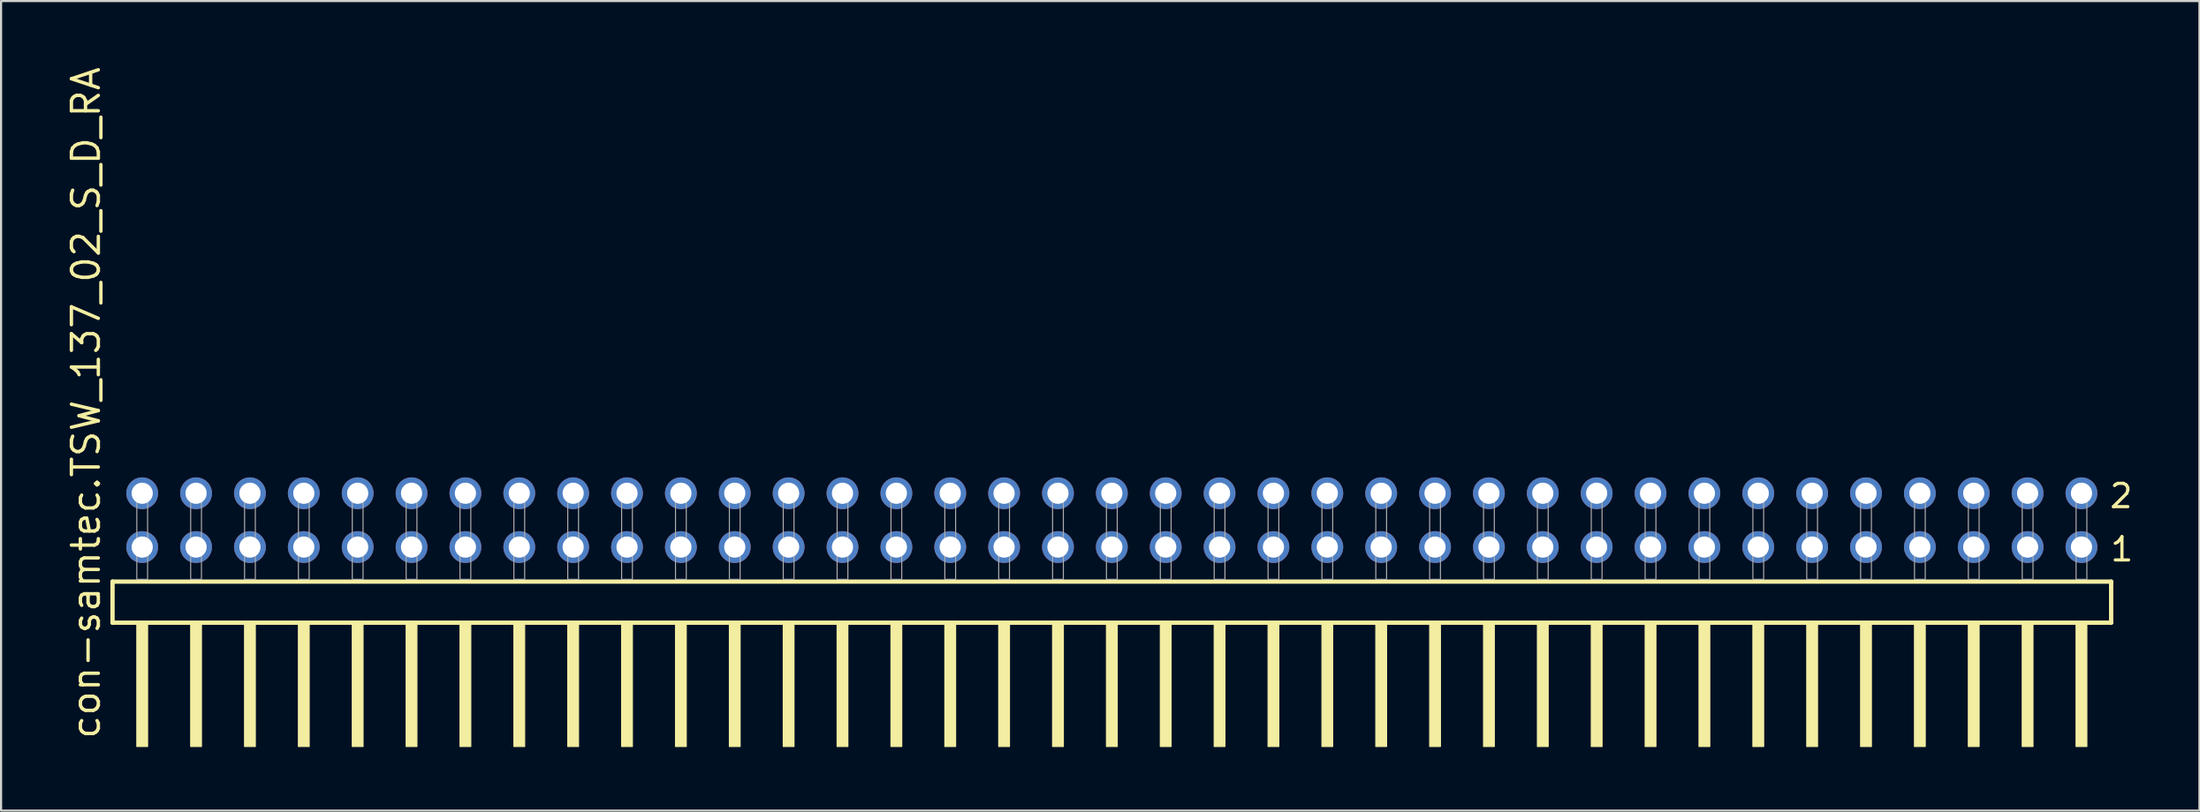
<source format=kicad_pcb>
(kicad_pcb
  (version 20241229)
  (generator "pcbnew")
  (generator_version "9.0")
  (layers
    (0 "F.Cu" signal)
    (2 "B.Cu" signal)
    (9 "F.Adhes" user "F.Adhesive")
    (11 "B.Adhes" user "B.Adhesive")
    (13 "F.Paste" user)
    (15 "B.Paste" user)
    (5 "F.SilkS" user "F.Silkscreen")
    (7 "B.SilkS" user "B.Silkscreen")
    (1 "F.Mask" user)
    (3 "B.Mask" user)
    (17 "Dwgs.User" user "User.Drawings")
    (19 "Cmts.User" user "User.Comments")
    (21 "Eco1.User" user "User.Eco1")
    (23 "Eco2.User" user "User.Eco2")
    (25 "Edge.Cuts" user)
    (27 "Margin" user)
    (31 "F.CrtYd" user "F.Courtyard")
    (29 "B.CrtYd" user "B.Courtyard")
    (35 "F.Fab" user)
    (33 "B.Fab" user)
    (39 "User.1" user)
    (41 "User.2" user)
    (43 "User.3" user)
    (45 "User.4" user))
  (footprint "con-samtec.TSW_137_02_S_D_RA"
    (layer "F.Cu")
    (at 49.375 24.296)
    (property "Reference" "con-samtec.TSW_137_02_S_D_RA" (at -47.625 7.62 90) (layer "F.SilkS") (effects (font (size 1.27 1.27) (thickness 0.16)) (justify left bottom)))
    (attr through_hole)
    (fp_line (start -47.119 0.106) (end -47.119 2.046) (stroke (width 0.203) (type default)) (layer "F.SilkS"))
    (fp_line (start -47.119 2.046) (end 47.119 2.046) (stroke (width 0.203) (type default)) (layer "F.SilkS"))
    (fp_line (start 47.119 0.106) (end -47.119 0.106) (stroke (width 0.203) (type default)) (layer "F.SilkS"))
    (fp_line (start 47.119 2.046) (end 47.119 0.106) (stroke (width 0.203) (type default)) (layer "F.SilkS"))
    (fp_rect (start -45.974 7.89) (end -45.466 2.04) (stroke (width 0.05) (type default)) (fill yes) (layer "F.SilkS"))
    (fp_rect (start -43.434 7.89) (end -42.926 2.04) (stroke (width 0.05) (type default)) (fill yes) (layer "F.SilkS"))
    (fp_rect (start -40.894 7.89) (end -40.386 2.04) (stroke (width 0.05) (type default)) (fill yes) (layer "F.SilkS"))
    (fp_rect (start -38.354 7.89) (end -37.846 2.04) (stroke (width 0.05) (type default)) (fill yes) (layer "F.SilkS"))
    (fp_rect (start -35.814 7.89) (end -35.306 2.04) (stroke (width 0.05) (type default)) (fill yes) (layer "F.SilkS"))
    (fp_rect (start -33.274 7.89) (end -32.766 2.04) (stroke (width 0.05) (type default)) (fill yes) (layer "F.SilkS"))
    (fp_rect (start -30.734 7.89) (end -30.226 2.04) (stroke (width 0.05) (type default)) (fill yes) (layer "F.SilkS"))
    (fp_rect (start -28.194 7.89) (end -27.686 2.04) (stroke (width 0.05) (type default)) (fill yes) (layer "F.SilkS"))
    (fp_rect (start -25.654 7.89) (end -25.146 2.04) (stroke (width 0.05) (type default)) (fill yes) (layer "F.SilkS"))
    (fp_rect (start -23.114 7.89) (end -22.606 2.04) (stroke (width 0.05) (type default)) (fill yes) (layer "F.SilkS"))
    (fp_rect (start -20.574 7.89) (end -20.066 2.04) (stroke (width 0.05) (type default)) (fill yes) (layer "F.SilkS"))
    (fp_rect (start -18.034 7.89) (end -17.526 2.04) (stroke (width 0.05) (type default)) (fill yes) (layer "F.SilkS"))
    (fp_rect (start -15.494 7.89) (end -14.986 2.04) (stroke (width 0.05) (type default)) (fill yes) (layer "F.SilkS"))
    (fp_rect (start -12.954 7.89) (end -12.446 2.04) (stroke (width 0.05) (type default)) (fill yes) (layer "F.SilkS"))
    (fp_rect (start -10.414 7.89) (end -9.906 2.04) (stroke (width 0.05) (type default)) (fill yes) (layer "F.SilkS"))
    (fp_rect (start -7.874 7.89) (end -7.366 2.04) (stroke (width 0.05) (type default)) (fill yes) (layer "F.SilkS"))
    (fp_rect (start -5.334 7.89) (end -4.826 2.04) (stroke (width 0.05) (type default)) (fill yes) (layer "F.SilkS"))
    (fp_rect (start -2.794 7.89) (end -2.286 2.04) (stroke (width 0.05) (type default)) (fill yes) (layer "F.SilkS"))
    (fp_rect (start -0.254 7.89) (end 0.254 2.04) (stroke (width 0.05) (type default)) (fill yes) (layer "F.SilkS"))
    (fp_rect (start 2.286 7.89) (end 2.794 2.04) (stroke (width 0.05) (type default)) (fill yes) (layer "F.SilkS"))
    (fp_rect (start 4.826 7.89) (end 5.334 2.04) (stroke (width 0.05) (type default)) (fill yes) (layer "F.SilkS"))
    (fp_rect (start 7.366 7.89) (end 7.874 2.04) (stroke (width 0.05) (type default)) (fill yes) (layer "F.SilkS"))
    (fp_rect (start 9.906 7.89) (end 10.414 2.04) (stroke (width 0.05) (type default)) (fill yes) (layer "F.SilkS"))
    (fp_rect (start 12.446 7.89) (end 12.954 2.04) (stroke (width 0.05) (type default)) (fill yes) (layer "F.SilkS"))
    (fp_rect (start 14.986 7.89) (end 15.494 2.04) (stroke (width 0.05) (type default)) (fill yes) (layer "F.SilkS"))
    (fp_rect (start 17.526 7.89) (end 18.034 2.04) (stroke (width 0.05) (type default)) (fill yes) (layer "F.SilkS"))
    (fp_rect (start 20.066 7.89) (end 20.574 2.04) (stroke (width 0.05) (type default)) (fill yes) (layer "F.SilkS"))
    (fp_rect (start 22.606 7.89) (end 23.114 2.04) (stroke (width 0.05) (type default)) (fill yes) (layer "F.SilkS"))
    (fp_rect (start 25.146 7.89) (end 25.654 2.04) (stroke (width 0.05) (type default)) (fill yes) (layer "F.SilkS"))
    (fp_rect (start 27.686 7.89) (end 28.194 2.04) (stroke (width 0.05) (type default)) (fill yes) (layer "F.SilkS"))
    (fp_rect (start 30.226 7.89) (end 30.734 2.04) (stroke (width 0.05) (type default)) (fill yes) (layer "F.SilkS"))
    (fp_rect (start 32.766 7.89) (end 33.274 2.04) (stroke (width 0.05) (type default)) (fill yes) (layer "F.SilkS"))
    (fp_rect (start 35.306 7.89) (end 35.814 2.04) (stroke (width 0.05) (type default)) (fill yes) (layer "F.SilkS"))
    (fp_rect (start 37.846 7.89) (end 38.354 2.04) (stroke (width 0.05) (type default)) (fill yes) (layer "F.SilkS"))
    (fp_rect (start 40.386 7.89) (end 40.894 2.04) (stroke (width 0.05) (type default)) (fill yes) (layer "F.SilkS"))
    (fp_rect (start 42.926 7.89) (end 43.434 2.04) (stroke (width 0.05) (type default)) (fill yes) (layer "F.SilkS"))
    (fp_rect (start 45.466 7.89) (end 45.974 2.04) (stroke (width 0.05) (type default)) (fill yes) (layer "F.SilkS"))
    (fp_rect (start -45.974 0) (end -45.466 -4.318) (stroke (width 0.05) (type default)) (fill no) (layer "F.Fab"))
    (fp_rect (start -43.434 0) (end -42.926 -4.318) (stroke (width 0.05) (type default)) (fill no) (layer "F.Fab"))
    (fp_rect (start -40.894 0) (end -40.386 -4.318) (stroke (width 0.05) (type default)) (fill no) (layer "F.Fab"))
    (fp_rect (start -38.354 0) (end -37.846 -4.318) (stroke (width 0.05) (type default)) (fill no) (layer "F.Fab"))
    (fp_rect (start -35.814 0) (end -35.306 -4.318) (stroke (width 0.05) (type default)) (fill no) (layer "F.Fab"))
    (fp_rect (start -33.274 0) (end -32.766 -4.318) (stroke (width 0.05) (type default)) (fill no) (layer "F.Fab"))
    (fp_rect (start -30.734 0) (end -30.226 -4.318) (stroke (width 0.05) (type default)) (fill no) (layer "F.Fab"))
    (fp_rect (start -28.194 0) (end -27.686 -4.318) (stroke (width 0.05) (type default)) (fill no) (layer "F.Fab"))
    (fp_rect (start -25.654 0) (end -25.146 -4.318) (stroke (width 0.05) (type default)) (fill no) (layer "F.Fab"))
    (fp_rect (start -23.114 0) (end -22.606 -4.318) (stroke (width 0.05) (type default)) (fill no) (layer "F.Fab"))
    (fp_rect (start -20.574 0) (end -20.066 -4.318) (stroke (width 0.05) (type default)) (fill no) (layer "F.Fab"))
    (fp_rect (start -18.034 0) (end -17.526 -4.318) (stroke (width 0.05) (type default)) (fill no) (layer "F.Fab"))
    (fp_rect (start -15.494 0) (end -14.986 -4.318) (stroke (width 0.05) (type default)) (fill no) (layer "F.Fab"))
    (fp_rect (start -12.954 0) (end -12.446 -4.318) (stroke (width 0.05) (type default)) (fill no) (layer "F.Fab"))
    (fp_rect (start -10.414 0) (end -9.906 -4.318) (stroke (width 0.05) (type default)) (fill no) (layer "F.Fab"))
    (fp_rect (start -7.874 0) (end -7.366 -4.318) (stroke (width 0.05) (type default)) (fill no) (layer "F.Fab"))
    (fp_rect (start -5.334 0) (end -4.826 -4.318) (stroke (width 0.05) (type default)) (fill no) (layer "F.Fab"))
    (fp_rect (start -2.794 0) (end -2.286 -4.318) (stroke (width 0.05) (type default)) (fill no) (layer "F.Fab"))
    (fp_rect (start -0.254 0) (end 0.254 -4.318) (stroke (width 0.05) (type default)) (fill no) (layer "F.Fab"))
    (fp_rect (start 2.286 0) (end 2.794 -4.318) (stroke (width 0.05) (type default)) (fill no) (layer "F.Fab"))
    (fp_rect (start 4.826 0) (end 5.334 -4.318) (stroke (width 0.05) (type default)) (fill no) (layer "F.Fab"))
    (fp_rect (start 7.366 0) (end 7.874 -4.318) (stroke (width 0.05) (type default)) (fill no) (layer "F.Fab"))
    (fp_rect (start 9.906 0) (end 10.414 -4.318) (stroke (width 0.05) (type default)) (fill no) (layer "F.Fab"))
    (fp_rect (start 12.446 0) (end 12.954 -4.318) (stroke (width 0.05) (type default)) (fill no) (layer "F.Fab"))
    (fp_rect (start 14.986 0) (end 15.494 -4.318) (stroke (width 0.05) (type default)) (fill no) (layer "F.Fab"))
    (fp_rect (start 17.526 0) (end 18.034 -4.318) (stroke (width 0.05) (type default)) (fill no) (layer "F.Fab"))
    (fp_rect (start 20.066 0) (end 20.574 -4.318) (stroke (width 0.05) (type default)) (fill no) (layer "F.Fab"))
    (fp_rect (start 22.606 0) (end 23.114 -4.318) (stroke (width 0.05) (type default)) (fill no) (layer "F.Fab"))
    (fp_rect (start 25.146 0) (end 25.654 -4.318) (stroke (width 0.05) (type default)) (fill no) (layer "F.Fab"))
    (fp_rect (start 27.686 0) (end 28.194 -4.318) (stroke (width 0.05) (type default)) (fill no) (layer "F.Fab"))
    (fp_rect (start 30.226 0) (end 30.734 -4.318) (stroke (width 0.05) (type default)) (fill no) (layer "F.Fab"))
    (fp_rect (start 32.766 0) (end 33.274 -4.318) (stroke (width 0.05) (type default)) (fill no) (layer "F.Fab"))
    (fp_rect (start 35.306 0) (end 35.814 -4.318) (stroke (width 0.05) (type default)) (fill no) (layer "F.Fab"))
    (fp_rect (start 37.846 0) (end 38.354 -4.318) (stroke (width 0.05) (type default)) (fill no) (layer "F.Fab"))
    (fp_rect (start 40.386 0) (end 40.894 -4.318) (stroke (width 0.05) (type default)) (fill no) (layer "F.Fab"))
    (fp_rect (start 42.926 0) (end 43.434 -4.318) (stroke (width 0.05) (type default)) (fill no) (layer "F.Fab"))
    (fp_rect (start 45.466 0) (end 45.974 -4.318) (stroke (width 0.05) (type default)) (fill no) (layer "F.Fab"))
    (fp_text user "1" (at 47.005 -0.775 0) (layer "F.SilkS") (effects (font (size 1.1 1.1) (thickness 0.15)) (justify left bottom)))
    (fp_text user "2" (at 46.97 -3.29 0) (layer "F.SilkS") (effects (font (size 1.1 1.1) (thickness 0.15)) (justify left bottom)))
    (pad "1" thru_hole circle (at 45.72 -1.524 180) (size 1.5 1.5) (drill 1) (layers "*.Cu" "*.Mask"))
    (pad "2" thru_hole circle (at 45.72 -4.064 180) (size 1.5 1.5) (drill 1) (layers "*.Cu" "*.Mask"))
    (pad "3" thru_hole circle (at 43.18 -1.524 180) (size 1.5 1.5) (drill 1) (layers "*.Cu" "*.Mask"))
    (pad "4" thru_hole circle (at 43.18 -4.064 180) (size 1.5 1.5) (drill 1) (layers "*.Cu" "*.Mask"))
    (pad "5" thru_hole circle (at 40.64 -1.524 180) (size 1.5 1.5) (drill 1) (layers "*.Cu" "*.Mask"))
    (pad "6" thru_hole circle (at 40.64 -4.064 180) (size 1.5 1.5) (drill 1) (layers "*.Cu" "*.Mask"))
    (pad "7" thru_hole circle (at 38.1 -1.524 180) (size 1.5 1.5) (drill 1) (layers "*.Cu" "*.Mask"))
    (pad "8" thru_hole circle (at 38.1 -4.064 180) (size 1.5 1.5) (drill 1) (layers "*.Cu" "*.Mask"))
    (pad "9" thru_hole circle (at 35.56 -1.524 180) (size 1.5 1.5) (drill 1) (layers "*.Cu" "*.Mask"))
    (pad "10" thru_hole circle (at 35.56 -4.064 180) (size 1.5 1.5) (drill 1) (layers "*.Cu" "*.Mask"))
    (pad "11" thru_hole circle (at 33.02 -1.524 180) (size 1.5 1.5) (drill 1) (layers "*.Cu" "*.Mask"))
    (pad "12" thru_hole circle (at 33.02 -4.064 180) (size 1.5 1.5) (drill 1) (layers "*.Cu" "*.Mask"))
    (pad "13" thru_hole circle (at 30.48 -1.524 180) (size 1.5 1.5) (drill 1) (layers "*.Cu" "*.Mask"))
    (pad "14" thru_hole circle (at 30.48 -4.064 180) (size 1.5 1.5) (drill 1) (layers "*.Cu" "*.Mask"))
    (pad "15" thru_hole circle (at 27.94 -1.524 180) (size 1.5 1.5) (drill 1) (layers "*.Cu" "*.Mask"))
    (pad "16" thru_hole circle (at 27.94 -4.064 180) (size 1.5 1.5) (drill 1) (layers "*.Cu" "*.Mask"))
    (pad "17" thru_hole circle (at 25.4 -1.524 180) (size 1.5 1.5) (drill 1) (layers "*.Cu" "*.Mask"))
    (pad "18" thru_hole circle (at 25.4 -4.064 180) (size 1.5 1.5) (drill 1) (layers "*.Cu" "*.Mask"))
    (pad "19" thru_hole circle (at 22.86 -1.524 180) (size 1.5 1.5) (drill 1) (layers "*.Cu" "*.Mask"))
    (pad "20" thru_hole circle (at 22.86 -4.064 180) (size 1.5 1.5) (drill 1) (layers "*.Cu" "*.Mask"))
    (pad "21" thru_hole circle (at 20.32 -1.524 180) (size 1.5 1.5) (drill 1) (layers "*.Cu" "*.Mask"))
    (pad "22" thru_hole circle (at 20.32 -4.064 180) (size 1.5 1.5) (drill 1) (layers "*.Cu" "*.Mask"))
    (pad "23" thru_hole circle (at 17.78 -1.524 180) (size 1.5 1.5) (drill 1) (layers "*.Cu" "*.Mask"))
    (pad "24" thru_hole circle (at 17.78 -4.064 180) (size 1.5 1.5) (drill 1) (layers "*.Cu" "*.Mask"))
    (pad "25" thru_hole circle (at 15.24 -1.524 180) (size 1.5 1.5) (drill 1) (layers "*.Cu" "*.Mask"))
    (pad "26" thru_hole circle (at 15.24 -4.064 180) (size 1.5 1.5) (drill 1) (layers "*.Cu" "*.Mask"))
    (pad "27" thru_hole circle (at 12.7 -1.524 180) (size 1.5 1.5) (drill 1) (layers "*.Cu" "*.Mask"))
    (pad "28" thru_hole circle (at 12.7 -4.064 180) (size 1.5 1.5) (drill 1) (layers "*.Cu" "*.Mask"))
    (pad "29" thru_hole circle (at 10.16 -1.524 180) (size 1.5 1.5) (drill 1) (layers "*.Cu" "*.Mask"))
    (pad "30" thru_hole circle (at 10.16 -4.064 180) (size 1.5 1.5) (drill 1) (layers "*.Cu" "*.Mask"))
    (pad "31" thru_hole circle (at 7.62 -1.524 180) (size 1.5 1.5) (drill 1) (layers "*.Cu" "*.Mask"))
    (pad "32" thru_hole circle (at 7.62 -4.064 180) (size 1.5 1.5) (drill 1) (layers "*.Cu" "*.Mask"))
    (pad "33" thru_hole circle (at 5.08 -1.524 180) (size 1.5 1.5) (drill 1) (layers "*.Cu" "*.Mask"))
    (pad "34" thru_hole circle (at 5.08 -4.064 180) (size 1.5 1.5) (drill 1) (layers "*.Cu" "*.Mask"))
    (pad "35" thru_hole circle (at 2.54 -1.524 180) (size 1.5 1.5) (drill 1) (layers "*.Cu" "*.Mask"))
    (pad "36" thru_hole circle (at 2.54 -4.064 180) (size 1.5 1.5) (drill 1) (layers "*.Cu" "*.Mask"))
    (pad "37" thru_hole circle (at 0 -1.524 180) (size 1.5 1.5) (drill 1) (layers "*.Cu" "*.Mask"))
    (pad "38" thru_hole circle (at 0 -4.064 180) (size 1.5 1.5) (drill 1) (layers "*.Cu" "*.Mask"))
    (pad "39" thru_hole circle (at -2.54 -1.524 180) (size 1.5 1.5) (drill 1) (layers "*.Cu" "*.Mask"))
    (pad "40" thru_hole circle (at -2.54 -4.064 180) (size 1.5 1.5) (drill 1) (layers "*.Cu" "*.Mask"))
    (pad "41" thru_hole circle (at -5.08 -1.524 180) (size 1.5 1.5) (drill 1) (layers "*.Cu" "*.Mask"))
    (pad "42" thru_hole circle (at -5.08 -4.064 180) (size 1.5 1.5) (drill 1) (layers "*.Cu" "*.Mask"))
    (pad "43" thru_hole circle (at -7.62 -1.524 180) (size 1.5 1.5) (drill 1) (layers "*.Cu" "*.Mask"))
    (pad "44" thru_hole circle (at -7.62 -4.064 180) (size 1.5 1.5) (drill 1) (layers "*.Cu" "*.Mask"))
    (pad "45" thru_hole circle (at -10.16 -1.524 180) (size 1.5 1.5) (drill 1) (layers "*.Cu" "*.Mask"))
    (pad "46" thru_hole circle (at -10.16 -4.064 180) (size 1.5 1.5) (drill 1) (layers "*.Cu" "*.Mask"))
    (pad "47" thru_hole circle (at -12.7 -1.524 180) (size 1.5 1.5) (drill 1) (layers "*.Cu" "*.Mask"))
    (pad "48" thru_hole circle (at -12.7 -4.064 180) (size 1.5 1.5) (drill 1) (layers "*.Cu" "*.Mask"))
    (pad "49" thru_hole circle (at -15.24 -1.524 180) (size 1.5 1.5) (drill 1) (layers "*.Cu" "*.Mask"))
    (pad "50" thru_hole circle (at -15.24 -4.064 180) (size 1.5 1.5) (drill 1) (layers "*.Cu" "*.Mask"))
    (pad "51" thru_hole circle (at -17.78 -1.524 180) (size 1.5 1.5) (drill 1) (layers "*.Cu" "*.Mask"))
    (pad "52" thru_hole circle (at -17.78 -4.064 180) (size 1.5 1.5) (drill 1) (layers "*.Cu" "*.Mask"))
    (pad "53" thru_hole circle (at -20.32 -1.524 180) (size 1.5 1.5) (drill 1) (layers "*.Cu" "*.Mask"))
    (pad "54" thru_hole circle (at -20.32 -4.064 180) (size 1.5 1.5) (drill 1) (layers "*.Cu" "*.Mask"))
    (pad "55" thru_hole circle (at -22.86 -1.524 180) (size 1.5 1.5) (drill 1) (layers "*.Cu" "*.Mask"))
    (pad "56" thru_hole circle (at -22.86 -4.064 180) (size 1.5 1.5) (drill 1) (layers "*.Cu" "*.Mask"))
    (pad "57" thru_hole circle (at -25.4 -1.524 180) (size 1.5 1.5) (drill 1) (layers "*.Cu" "*.Mask"))
    (pad "58" thru_hole circle (at -25.4 -4.064 180) (size 1.5 1.5) (drill 1) (layers "*.Cu" "*.Mask"))
    (pad "59" thru_hole circle (at -27.94 -1.524 180) (size 1.5 1.5) (drill 1) (layers "*.Cu" "*.Mask"))
    (pad "60" thru_hole circle (at -27.94 -4.064 180) (size 1.5 1.5) (drill 1) (layers "*.Cu" "*.Mask"))
    (pad "61" thru_hole circle (at -30.48 -1.524 180) (size 1.5 1.5) (drill 1) (layers "*.Cu" "*.Mask"))
    (pad "62" thru_hole circle (at -30.48 -4.064 180) (size 1.5 1.5) (drill 1) (layers "*.Cu" "*.Mask"))
    (pad "63" thru_hole circle (at -33.02 -1.524 180) (size 1.5 1.5) (drill 1) (layers "*.Cu" "*.Mask"))
    (pad "64" thru_hole circle (at -33.02 -4.064 180) (size 1.5 1.5) (drill 1) (layers "*.Cu" "*.Mask"))
    (pad "65" thru_hole circle (at -35.56 -1.524 180) (size 1.5 1.5) (drill 1) (layers "*.Cu" "*.Mask"))
    (pad "66" thru_hole circle (at -35.56 -4.064 180) (size 1.5 1.5) (drill 1) (layers "*.Cu" "*.Mask"))
    (pad "67" thru_hole circle (at -38.1 -1.524 180) (size 1.5 1.5) (drill 1) (layers "*.Cu" "*.Mask"))
    (pad "68" thru_hole circle (at -38.1 -4.064 180) (size 1.5 1.5) (drill 1) (layers "*.Cu" "*.Mask"))
    (pad "69" thru_hole circle (at -40.64 -1.524 180) (size 1.5 1.5) (drill 1) (layers "*.Cu" "*.Mask"))
    (pad "70" thru_hole circle (at -40.64 -4.064 180) (size 1.5 1.5) (drill 1) (layers "*.Cu" "*.Mask"))
    (pad "71" thru_hole circle (at -43.18 -1.524 180) (size 1.5 1.5) (drill 1) (layers "*.Cu" "*.Mask"))
    (pad "72" thru_hole circle (at -43.18 -4.064 180) (size 1.5 1.5) (drill 1) (layers "*.Cu" "*.Mask"))
    (pad "73" thru_hole circle (at -45.72 -1.524 180) (size 1.5 1.5) (drill 1) (layers "*.Cu" "*.Mask"))
    (pad "74" thru_hole circle (at -45.72 -4.064 180) (size 1.5 1.5) (drill 1) (layers "*.Cu" "*.Mask")))
  (gr_rect
    (start -3 -3)
    (end 100.658 35.211)
    (stroke (width 0.1) (type default))
    (fill no)
    (layer "Edge.Cuts")))
</source>
